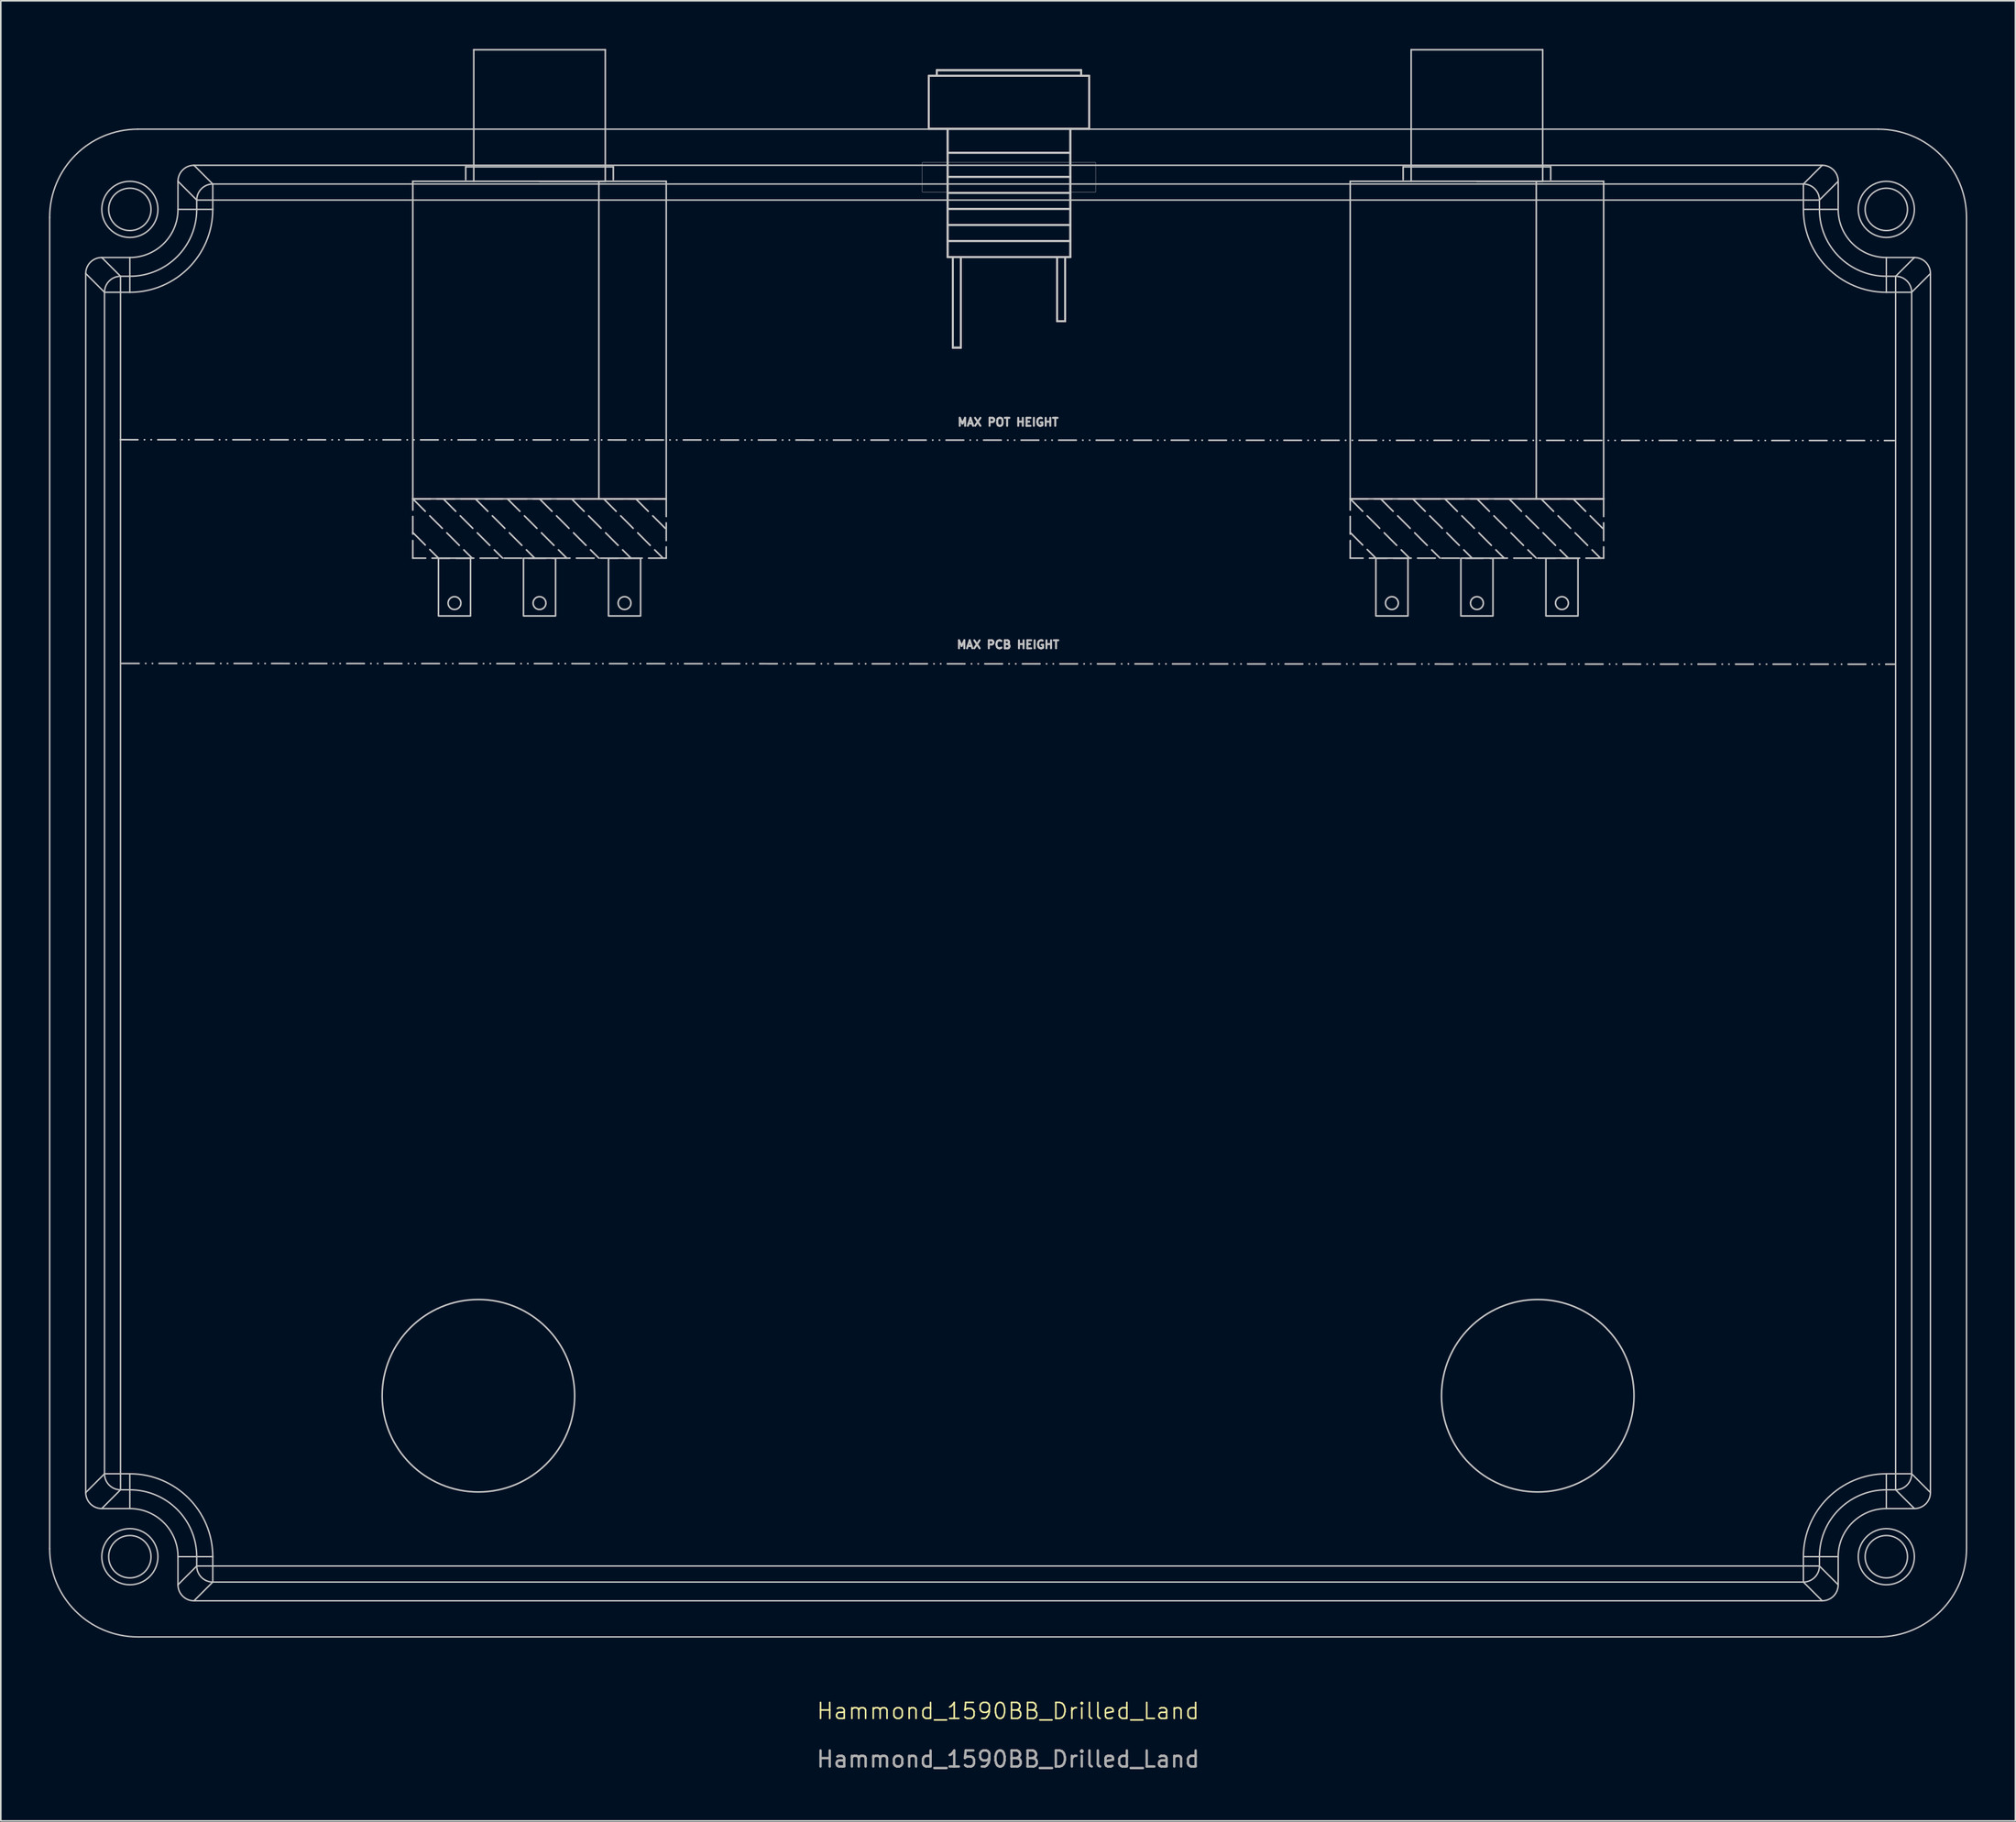
<source format=kicad_pcb>
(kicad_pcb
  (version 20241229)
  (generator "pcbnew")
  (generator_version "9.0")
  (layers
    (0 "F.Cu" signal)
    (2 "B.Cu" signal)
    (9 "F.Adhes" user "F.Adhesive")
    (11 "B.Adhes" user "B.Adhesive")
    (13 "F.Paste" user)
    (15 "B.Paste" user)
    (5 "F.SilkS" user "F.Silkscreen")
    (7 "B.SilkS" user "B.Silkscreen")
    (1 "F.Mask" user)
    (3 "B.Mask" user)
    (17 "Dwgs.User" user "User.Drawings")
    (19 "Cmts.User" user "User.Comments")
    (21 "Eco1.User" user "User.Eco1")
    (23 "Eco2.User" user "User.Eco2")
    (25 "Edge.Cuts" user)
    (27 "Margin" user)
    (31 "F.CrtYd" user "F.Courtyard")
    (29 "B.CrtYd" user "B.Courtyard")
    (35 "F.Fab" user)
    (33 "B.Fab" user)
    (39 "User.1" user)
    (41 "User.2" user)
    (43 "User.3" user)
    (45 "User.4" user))
  (footprint "Hammond_1590BB_Drilled_Land"
    (layer "F.Cu")
    (at 59.795 52.079)
    (property "Reference" "Hammond_1590BB_Drilled_Land" (at 0 51.55 0) (unlocked yes) (layer "F.SilkS") (effects (font (size 1 1) (thickness 0.1))))
    (fp_line (start -59.75 -41.575) (end -59.75 41.425) (stroke (width 0.09) (type solid)) (layer "Dwgs.User"))
    (fp_line (start -57.5 -38.076) (end -56.33 -36.906) (stroke (width 0.09) (type solid)) (layer "Dwgs.User"))
    (fp_line (start -57.5 37.926) (end -57.5 -38.076) (stroke (width 0.09) (type solid)) (layer "Dwgs.User"))
    (fp_line (start -56.501 -39.075) (end -54.75 -39.075) (stroke (width 0.09) (type solid)) (layer "Dwgs.User"))
    (fp_line (start -56.501 38.925) (end -55.331 37.755) (stroke (width 0.09) (type solid)) (layer "Dwgs.User"))
    (fp_line (start -56.33 -36.906) (end -56.33 36.756) (stroke (width 0.09) (type solid)) (layer "Dwgs.User"))
    (fp_line (start -56.33 -36.906) (end -55.331 -36.906) (stroke (width 0.09) (type solid)) (layer "Dwgs.User"))
    (fp_line (start -56.33 36.756) (end -57.5 37.926) (stroke (width 0.09) (type solid)) (layer "Dwgs.User"))
    (fp_line (start -55.347 -27.714) (end 55.245 -27.663) (stroke (width 0.1) (type dash_dot_dot)) (layer "Dwgs.User"))
    (fp_line (start -55.331 -37.905) (end -56.501 -39.075) (stroke (width 0.09) (type solid)) (layer "Dwgs.User"))
    (fp_line (start -55.331 -36.906) (end -55.331 -37.905) (stroke (width 0.09) (type solid)) (layer "Dwgs.User"))
    (fp_line (start -55.331 -36.906) (end -54.75 -36.906) (stroke (width 0.09) (type solid)) (layer "Dwgs.User"))
    (fp_line (start -55.331 36.756) (end -56.33 36.756) (stroke (width 0.09) (type solid)) (layer "Dwgs.User"))
    (fp_line (start -55.331 36.756) (end -55.331 -36.906) (stroke (width 0.09) (type solid)) (layer "Dwgs.User"))
    (fp_line (start -55.331 37.755) (end -55.331 36.756) (stroke (width 0.09) (type solid)) (layer "Dwgs.User"))
    (fp_line (start -55.331 37.755) (end -54.75 37.755) (stroke (width 0.09) (type solid)) (layer "Dwgs.User"))
    (fp_line (start -55.27 -13.767) (end 55.321 -13.716) (stroke (width 0.1) (type dash_dot_dot)) (layer "Dwgs.User"))
    (fp_line (start -54.75 -39.075) (end -54.75 -37.905) (stroke (width 0.09) (type solid)) (layer "Dwgs.User"))
    (fp_line (start -54.75 -37.905) (end -55.331 -37.905) (stroke (width 0.09) (type solid)) (layer "Dwgs.User"))
    (fp_line (start -54.75 -36.906) (end -54.75 -37.905) (stroke (width 0.09) (type solid)) (layer "Dwgs.User"))
    (fp_line (start -54.75 36.756) (end -55.331 36.756) (stroke (width 0.09) (type solid)) (layer "Dwgs.User"))
    (fp_line (start -54.75 36.756) (end -54.75 37.755) (stroke (width 0.09) (type solid)) (layer "Dwgs.User"))
    (fp_line (start -54.75 38.925) (end -56.501 38.925) (stroke (width 0.09) (type solid)) (layer "Dwgs.User"))
    (fp_line (start -54.75 38.925) (end -54.75 37.755) (stroke (width 0.09) (type solid)) (layer "Dwgs.User"))
    (fp_line (start -54.25 46.925) (end 54.25 46.925) (stroke (width 0.09) (type solid)) (layer "Dwgs.User"))
    (fp_line (start -51.75 -43.826) (end -50.58 -42.656) (stroke (width 0.09) (type solid)) (layer "Dwgs.User"))
    (fp_line (start -51.75 -42.075) (end -51.75 -43.826) (stroke (width 0.09) (type solid)) (layer "Dwgs.User"))
    (fp_line (start -51.75 -42.075) (end -50.58 -42.075) (stroke (width 0.09) (type solid)) (layer "Dwgs.User"))
    (fp_line (start -51.75 41.925) (end -50.58 41.925) (stroke (width 0.09) (type solid)) (layer "Dwgs.User"))
    (fp_line (start -51.75 43.676) (end -51.75 41.925) (stroke (width 0.09) (type solid)) (layer "Dwgs.User"))
    (fp_line (start -50.751 -44.825) (end 50.751 -44.825) (stroke (width 0.09) (type solid)) (layer "Dwgs.User"))
    (fp_line (start -50.751 44.675) (end -49.581 43.505) (stroke (width 0.09) (type solid)) (layer "Dwgs.User"))
    (fp_line (start -50.58 -42.656) (end -50.58 -42.075) (stroke (width 0.09) (type solid)) (layer "Dwgs.User"))
    (fp_line (start -50.58 -42.656) (end -49.581 -42.656) (stroke (width 0.09) (type solid)) (layer "Dwgs.User"))
    (fp_line (start -50.58 41.925) (end -50.58 42.506) (stroke (width 0.09) (type solid)) (layer "Dwgs.User"))
    (fp_line (start -50.58 42.506) (end -51.75 43.676) (stroke (width 0.09) (type solid)) (layer "Dwgs.User"))
    (fp_line (start -49.581 -43.655) (end -50.751 -44.825) (stroke (width 0.09) (type solid)) (layer "Dwgs.User"))
    (fp_line (start -49.581 -42.656) (end -49.581 -43.655) (stroke (width 0.09) (type solid)) (layer "Dwgs.User"))
    (fp_line (start -49.581 -42.656) (end 49.581 -42.656) (stroke (width 0.09) (type solid)) (layer "Dwgs.User"))
    (fp_line (start -49.581 -42.075) (end -50.58 -42.075) (stroke (width 0.09) (type solid)) (layer "Dwgs.User"))
    (fp_line (start -49.581 -42.075) (end -49.581 -42.656) (stroke (width 0.09) (type solid)) (layer "Dwgs.User"))
    (fp_line (start -49.581 41.925) (end -50.58 41.925) (stroke (width 0.09) (type solid)) (layer "Dwgs.User"))
    (fp_line (start -49.581 42.506) (end -50.58 42.506) (stroke (width 0.09) (type solid)) (layer "Dwgs.User"))
    (fp_line (start -49.581 42.506) (end -49.581 41.925) (stroke (width 0.09) (type solid)) (layer "Dwgs.User"))
    (fp_line (start -49.581 43.505) (end -49.581 42.506) (stroke (width 0.09) (type solid)) (layer "Dwgs.User"))
    (fp_line (start -49.581 43.505) (end 49.581 43.505) (stroke (width 0.09) (type solid)) (layer "Dwgs.User"))
    (fp_line (start -37.111 -43.829) (end -37.111 -24.029) (stroke (width 0.1) (type default)) (layer "Dwgs.User"))
    (fp_line (start -37.111 -24.029) (end -33.411 -20.329) (stroke (width 0.1) (type dash)) (layer "Dwgs.User"))
    (fp_line (start -37.111 -24.029) (end -21.311 -24.029) (stroke (width 0.1) (type default)) (layer "Dwgs.User"))
    (fp_line (start -37.111 -21.929) (end -35.511 -20.329) (stroke (width 0.1) (type dash)) (layer "Dwgs.User"))
    (fp_line (start -35.211 -24.029) (end -31.511 -20.329) (stroke (width 0.1) (type dash)) (layer "Dwgs.User"))
    (fp_line (start -33.811 -44.729) (end -33.811 -43.929) (stroke (width 0.1) (type default)) (layer "Dwgs.User"))
    (fp_line (start -33.311 -52.029) (end -33.311 -43.829) (stroke (width 0.1) (type default)) (layer "Dwgs.User"))
    (fp_line (start -33.211 -24.029) (end -29.511 -20.329) (stroke (width 0.1) (type dash)) (layer "Dwgs.User"))
    (fp_line (start -31.211 -24.029) (end -27.511 -20.329) (stroke (width 0.1) (type dash)) (layer "Dwgs.User"))
    (fp_line (start -29.211 -43.829) (end -25.111 -43.829) (stroke (width 0.1) (type default)) (layer "Dwgs.User"))
    (fp_line (start -29.211 -24.029) (end -25.511 -20.329) (stroke (width 0.1) (type dash)) (layer "Dwgs.User"))
    (fp_line (start -27.211 -24.029) (end -23.511 -20.329) (stroke (width 0.1) (type dash)) (layer "Dwgs.User"))
    (fp_line (start -25.511 -24.029) (end -25.511 -43.829) (stroke (width 0.1) (type default)) (layer "Dwgs.User"))
    (fp_line (start -25.211 -24.029) (end -21.511 -20.329) (stroke (width 0.1) (type dash)) (layer "Dwgs.User"))
    (fp_line (start -25.111 -52.029) (end -33.311 -52.029) (stroke (width 0.1) (type default)) (layer "Dwgs.User"))
    (fp_line (start -25.111 -43.829) (end -25.111 -52.029) (stroke (width 0.1) (type default)) (layer "Dwgs.User"))
    (fp_line (start -24.611 -44.729) (end -33.811 -44.729) (stroke (width 0.1) (type default)) (layer "Dwgs.User"))
    (fp_line (start -24.611 -44.729) (end -24.611 -43.929) (stroke (width 0.1) (type default)) (layer "Dwgs.User"))
    (fp_line (start -23.211 -24.029) (end -21.311 -22.129) (stroke (width 0.1) (type dash)) (layer "Dwgs.User"))
    (fp_line (start -21.311 -43.829) (end -37.111 -43.829) (stroke (width 0.1) (type default)) (layer "Dwgs.User"))
    (fp_line (start -21.311 -24.029) (end -25.511 -24.029) (stroke (width 0.1) (type default)) (layer "Dwgs.User"))
    (fp_line (start -21.311 -24.029) (end -21.311 -43.829) (stroke (width 0.1) (type default)) (layer "Dwgs.User"))
    (fp_line (start -4.944 -50.403) (end -4.444 -50.403) (stroke (width 0.127) (type solid)) (layer "Dwgs.User"))
    (fp_line (start -4.944 -50.403) (end -4.444 -50.403) (stroke (width 0.127) (type solid)) (layer "Dwgs.User"))
    (fp_line (start -4.944 -47.103) (end -4.944 -50.403) (stroke (width 0.127) (type solid)) (layer "Dwgs.User"))
    (fp_line (start -4.944 -47.103) (end -4.944 -50.403) (stroke (width 0.127) (type solid)) (layer "Dwgs.User"))
    (fp_line (start -4.944 -47.103) (end -3.769 -47.103) (stroke (width 0.127) (type solid)) (layer "Dwgs.User"))
    (fp_line (start -4.944 -47.103) (end -3.769 -47.103) (stroke (width 0.127) (type solid)) (layer "Dwgs.User"))
    (fp_line (start -4.444 -50.753) (end -4.444 -50.403) (stroke (width 0.127) (type solid)) (layer "Dwgs.User"))
    (fp_line (start -4.444 -50.753) (end -4.444 -50.403) (stroke (width 0.127) (type solid)) (layer "Dwgs.User"))
    (fp_line (start -4.444 -50.403) (end 4.556 -50.403) (stroke (width 0.127) (type solid)) (layer "Dwgs.User"))
    (fp_line (start -4.444 -50.403) (end 4.556 -50.403) (stroke (width 0.127) (type solid)) (layer "Dwgs.User"))
    (fp_line (start -3.769 -47.103) (end 3.881 -47.103) (stroke (width 0.127) (type solid)) (layer "Dwgs.User"))
    (fp_line (start -3.769 -47.103) (end 3.881 -47.103) (stroke (width 0.127) (type solid)) (layer "Dwgs.User"))
    (fp_line (start -3.769 -45.603) (end -3.769 -47.103) (stroke (width 0.127) (type solid)) (layer "Dwgs.User"))
    (fp_line (start -3.769 -45.603) (end -3.769 -47.103) (stroke (width 0.127) (type solid)) (layer "Dwgs.User"))
    (fp_line (start -3.769 -45.603) (end 3.881 -45.603) (stroke (width 0.127) (type solid)) (layer "Dwgs.User"))
    (fp_line (start -3.769 -45.603) (end 3.881 -45.603) (stroke (width 0.127) (type solid)) (layer "Dwgs.User"))
    (fp_line (start -3.769 -44.103) (end -3.769 -45.603) (stroke (width 0.127) (type solid)) (layer "Dwgs.User"))
    (fp_line (start -3.769 -44.103) (end -3.769 -45.603) (stroke (width 0.127) (type solid)) (layer "Dwgs.User"))
    (fp_line (start -3.769 -44.103) (end 3.881 -44.103) (stroke (width 0.127) (type solid)) (layer "Dwgs.User"))
    (fp_line (start -3.769 -44.103) (end 3.881 -44.103) (stroke (width 0.127) (type solid)) (layer "Dwgs.User"))
    (fp_line (start -3.769 -43.103) (end -3.769 -44.103) (stroke (width 0.127) (type solid)) (layer "Dwgs.User"))
    (fp_line (start -3.769 -43.103) (end -3.769 -44.103) (stroke (width 0.127) (type solid)) (layer "Dwgs.User"))
    (fp_line (start -3.769 -43.103) (end 3.881 -43.103) (stroke (width 0.127) (type solid)) (layer "Dwgs.User"))
    (fp_line (start -3.769 -43.103) (end 3.881 -43.103) (stroke (width 0.127) (type solid)) (layer "Dwgs.User"))
    (fp_line (start -3.769 -42.103) (end -3.769 -43.103) (stroke (width 0.127) (type solid)) (layer "Dwgs.User"))
    (fp_line (start -3.769 -42.103) (end -3.769 -43.103) (stroke (width 0.127) (type solid)) (layer "Dwgs.User"))
    (fp_line (start -3.769 -42.103) (end 3.881 -42.103) (stroke (width 0.127) (type solid)) (layer "Dwgs.User"))
    (fp_line (start -3.769 -42.103) (end 3.881 -42.103) (stroke (width 0.127) (type solid)) (layer "Dwgs.User"))
    (fp_line (start -3.769 -41.103) (end -3.769 -42.103) (stroke (width 0.127) (type solid)) (layer "Dwgs.User"))
    (fp_line (start -3.769 -41.103) (end -3.769 -42.103) (stroke (width 0.127) (type solid)) (layer "Dwgs.User"))
    (fp_line (start -3.769 -41.103) (end 3.881 -41.103) (stroke (width 0.127) (type solid)) (layer "Dwgs.User"))
    (fp_line (start -3.769 -41.103) (end 3.881 -41.103) (stroke (width 0.127) (type solid)) (layer "Dwgs.User"))
    (fp_line (start -3.769 -40.103) (end -3.769 -41.103) (stroke (width 0.127) (type solid)) (layer "Dwgs.User"))
    (fp_line (start -3.769 -40.103) (end -3.769 -41.103) (stroke (width 0.127) (type solid)) (layer "Dwgs.User"))
    (fp_line (start -3.769 -40.103) (end 3.881 -40.103) (stroke (width 0.127) (type solid)) (layer "Dwgs.User"))
    (fp_line (start -3.769 -40.103) (end 3.881 -40.103) (stroke (width 0.127) (type solid)) (layer "Dwgs.User"))
    (fp_line (start -3.769 -39.103) (end -3.769 -40.103) (stroke (width 0.127) (type solid)) (layer "Dwgs.User"))
    (fp_line (start -3.769 -39.103) (end -3.769 -40.103) (stroke (width 0.127) (type solid)) (layer "Dwgs.User"))
    (fp_line (start -3.444 -39.103) (end -3.769 -39.103) (stroke (width 0.127) (type solid)) (layer "Dwgs.User"))
    (fp_line (start -3.444 -39.103) (end -3.769 -39.103) (stroke (width 0.127) (type solid)) (layer "Dwgs.User"))
    (fp_line (start -3.444 -39.103) (end -3.444 -33.453) (stroke (width 0.127) (type solid)) (layer "Dwgs.User"))
    (fp_line (start -3.444 -39.103) (end -3.444 -33.453) (stroke (width 0.127) (type solid)) (layer "Dwgs.User"))
    (fp_line (start -2.944 -39.103) (end -3.444 -39.103) (stroke (width 0.127) (type solid)) (layer "Dwgs.User"))
    (fp_line (start -2.944 -39.103) (end -3.444 -39.103) (stroke (width 0.127) (type solid)) (layer "Dwgs.User"))
    (fp_line (start -2.944 -39.103) (end -2.944 -33.453) (stroke (width 0.127) (type solid)) (layer "Dwgs.User"))
    (fp_line (start -2.944 -39.103) (end -2.944 -33.453) (stroke (width 0.127) (type solid)) (layer "Dwgs.User"))
    (fp_line (start -2.944 -33.453) (end -3.444 -33.453) (stroke (width 0.127) (type solid)) (layer "Dwgs.User"))
    (fp_line (start -2.944 -33.453) (end -3.444 -33.453) (stroke (width 0.127) (type solid)) (layer "Dwgs.User"))
    (fp_line (start 3.056 -39.103) (end -2.944 -39.103) (stroke (width 0.127) (type solid)) (layer "Dwgs.User"))
    (fp_line (start 3.056 -39.103) (end -2.944 -39.103) (stroke (width 0.127) (type solid)) (layer "Dwgs.User"))
    (fp_line (start 3.056 -39.103) (end 3.056 -35.103) (stroke (width 0.127) (type solid)) (layer "Dwgs.User"))
    (fp_line (start 3.056 -39.103) (end 3.056 -35.103) (stroke (width 0.127) (type solid)) (layer "Dwgs.User"))
    (fp_line (start 3.556 -39.103) (end 3.056 -39.103) (stroke (width 0.127) (type solid)) (layer "Dwgs.User"))
    (fp_line (start 3.556 -39.103) (end 3.056 -39.103) (stroke (width 0.127) (type solid)) (layer "Dwgs.User"))
    (fp_line (start 3.556 -39.103) (end 3.556 -35.103) (stroke (width 0.127) (type solid)) (layer "Dwgs.User"))
    (fp_line (start 3.556 -39.103) (end 3.556 -35.103) (stroke (width 0.127) (type solid)) (layer "Dwgs.User"))
    (fp_line (start 3.556 -35.103) (end 3.056 -35.103) (stroke (width 0.127) (type solid)) (layer "Dwgs.User"))
    (fp_line (start 3.556 -35.103) (end 3.056 -35.103) (stroke (width 0.127) (type solid)) (layer "Dwgs.User"))
    (fp_line (start 3.881 -45.603) (end 3.881 -47.103) (stroke (width 0.127) (type solid)) (layer "Dwgs.User"))
    (fp_line (start 3.881 -45.603) (end 3.881 -47.103) (stroke (width 0.127) (type solid)) (layer "Dwgs.User"))
    (fp_line (start 3.881 -44.103) (end 3.881 -45.603) (stroke (width 0.127) (type solid)) (layer "Dwgs.User"))
    (fp_line (start 3.881 -44.103) (end 3.881 -45.603) (stroke (width 0.127) (type solid)) (layer "Dwgs.User"))
    (fp_line (start 3.881 -43.103) (end 3.881 -44.103) (stroke (width 0.127) (type solid)) (layer "Dwgs.User"))
    (fp_line (start 3.881 -43.103) (end 3.881 -44.103) (stroke (width 0.127) (type solid)) (layer "Dwgs.User"))
    (fp_line (start 3.881 -42.103) (end 3.881 -43.103) (stroke (width 0.127) (type solid)) (layer "Dwgs.User"))
    (fp_line (start 3.881 -42.103) (end 3.881 -43.103) (stroke (width 0.127) (type solid)) (layer "Dwgs.User"))
    (fp_line (start 3.881 -41.103) (end 3.881 -42.103) (stroke (width 0.127) (type solid)) (layer "Dwgs.User"))
    (fp_line (start 3.881 -41.103) (end 3.881 -42.103) (stroke (width 0.127) (type solid)) (layer "Dwgs.User"))
    (fp_line (start 3.881 -40.103) (end 3.881 -41.103) (stroke (width 0.127) (type solid)) (layer "Dwgs.User"))
    (fp_line (start 3.881 -40.103) (end 3.881 -41.103) (stroke (width 0.127) (type solid)) (layer "Dwgs.User"))
    (fp_line (start 3.881 -39.103) (end 3.556 -39.103) (stroke (width 0.127) (type solid)) (layer "Dwgs.User"))
    (fp_line (start 3.881 -39.103) (end 3.556 -39.103) (stroke (width 0.127) (type solid)) (layer "Dwgs.User"))
    (fp_line (start 3.881 -39.103) (end 3.881 -40.103) (stroke (width 0.127) (type solid)) (layer "Dwgs.User"))
    (fp_line (start 3.881 -39.103) (end 3.881 -40.103) (stroke (width 0.127) (type solid)) (layer "Dwgs.User"))
    (fp_line (start 4.556 -50.753) (end -4.444 -50.753) (stroke (width 0.127) (type solid)) (layer "Dwgs.User"))
    (fp_line (start 4.556 -50.753) (end -4.444 -50.753) (stroke (width 0.127) (type solid)) (layer "Dwgs.User"))
    (fp_line (start 4.556 -50.753) (end 4.556 -50.403) (stroke (width 0.127) (type solid)) (layer "Dwgs.User"))
    (fp_line (start 4.556 -50.753) (end 4.556 -50.403) (stroke (width 0.127) (type solid)) (layer "Dwgs.User"))
    (fp_line (start 5.056 -50.403) (end 4.556 -50.403) (stroke (width 0.127) (type solid)) (layer "Dwgs.User"))
    (fp_line (start 5.056 -50.403) (end 4.556 -50.403) (stroke (width 0.127) (type solid)) (layer "Dwgs.User"))
    (fp_line (start 5.056 -50.403) (end 5.056 -47.103) (stroke (width 0.127) (type solid)) (layer "Dwgs.User"))
    (fp_line (start 5.056 -50.403) (end 5.056 -47.103) (stroke (width 0.127) (type solid)) (layer "Dwgs.User"))
    (fp_line (start 5.056 -47.103) (end 3.881 -47.103) (stroke (width 0.127) (type solid)) (layer "Dwgs.User"))
    (fp_line (start 5.056 -47.103) (end 3.881 -47.103) (stroke (width 0.127) (type solid)) (layer "Dwgs.User"))
    (fp_line (start 21.328 -43.829) (end 21.328 -24.029) (stroke (width 0.1) (type default)) (layer "Dwgs.User"))
    (fp_line (start 21.328 -24.029) (end 25.028 -20.329) (stroke (width 0.1) (type dash)) (layer "Dwgs.User"))
    (fp_line (start 21.328 -24.029) (end 37.128 -24.029) (stroke (width 0.1) (type default)) (layer "Dwgs.User"))
    (fp_line (start 21.328 -21.929) (end 22.928 -20.329) (stroke (width 0.1) (type dash)) (layer "Dwgs.User"))
    (fp_line (start 23.228 -24.029) (end 26.928 -20.329) (stroke (width 0.1) (type dash)) (layer "Dwgs.User"))
    (fp_line (start 24.628 -44.729) (end 24.628 -43.929) (stroke (width 0.1) (type default)) (layer "Dwgs.User"))
    (fp_line (start 25.128 -52.029) (end 25.128 -43.829) (stroke (width 0.1) (type default)) (layer "Dwgs.User"))
    (fp_line (start 25.228 -24.029) (end 28.928 -20.329) (stroke (width 0.1) (type dash)) (layer "Dwgs.User"))
    (fp_line (start 27.228 -24.029) (end 30.928 -20.329) (stroke (width 0.1) (type dash)) (layer "Dwgs.User"))
    (fp_line (start 29.228 -43.829) (end 33.328 -43.829) (stroke (width 0.1) (type default)) (layer "Dwgs.User"))
    (fp_line (start 29.228 -24.029) (end 32.928 -20.329) (stroke (width 0.1) (type dash)) (layer "Dwgs.User"))
    (fp_line (start 31.228 -24.029) (end 34.928 -20.329) (stroke (width 0.1) (type dash)) (layer "Dwgs.User"))
    (fp_line (start 32.928 -24.029) (end 32.928 -43.829) (stroke (width 0.1) (type default)) (layer "Dwgs.User"))
    (fp_line (start 33.228 -24.029) (end 36.928 -20.329) (stroke (width 0.1) (type dash)) (layer "Dwgs.User"))
    (fp_line (start 33.328 -52.029) (end 25.128 -52.029) (stroke (width 0.1) (type default)) (layer "Dwgs.User"))
    (fp_line (start 33.328 -43.829) (end 33.328 -52.029) (stroke (width 0.1) (type default)) (layer "Dwgs.User"))
    (fp_line (start 33.828 -44.729) (end 24.628 -44.729) (stroke (width 0.1) (type default)) (layer "Dwgs.User"))
    (fp_line (start 33.828 -44.729) (end 33.828 -43.929) (stroke (width 0.1) (type default)) (layer "Dwgs.User"))
    (fp_line (start 35.228 -24.029) (end 37.128 -22.129) (stroke (width 0.1) (type dash)) (layer "Dwgs.User"))
    (fp_line (start 37.128 -43.829) (end 21.328 -43.829) (stroke (width 0.1) (type default)) (layer "Dwgs.User"))
    (fp_line (start 37.128 -24.029) (end 32.928 -24.029) (stroke (width 0.1) (type default)) (layer "Dwgs.User"))
    (fp_line (start 37.128 -24.029) (end 37.128 -43.829) (stroke (width 0.1) (type default)) (layer "Dwgs.User"))
    (fp_line (start 49.581 -43.655) (end -49.581 -43.655) (stroke (width 0.09) (type solid)) (layer "Dwgs.User"))
    (fp_line (start 49.581 -43.655) (end 49.581 -42.656) (stroke (width 0.09) (type solid)) (layer "Dwgs.User"))
    (fp_line (start 49.581 -42.656) (end 49.581 -42.075) (stroke (width 0.09) (type solid)) (layer "Dwgs.User"))
    (fp_line (start 49.581 -42.656) (end 50.58 -42.656) (stroke (width 0.09) (type solid)) (layer "Dwgs.User"))
    (fp_line (start 49.581 41.925) (end 49.581 42.506) (stroke (width 0.09) (type solid)) (layer "Dwgs.User"))
    (fp_line (start 49.581 42.506) (end -49.581 42.506) (stroke (width 0.09) (type solid)) (layer "Dwgs.User"))
    (fp_line (start 49.581 42.506) (end 49.581 43.505) (stroke (width 0.09) (type solid)) (layer "Dwgs.User"))
    (fp_line (start 49.581 43.505) (end 50.751 44.675) (stroke (width 0.09) (type solid)) (layer "Dwgs.User"))
    (fp_line (start 50.58 -42.656) (end 51.75 -43.826) (stroke (width 0.09) (type solid)) (layer "Dwgs.User"))
    (fp_line (start 50.58 -42.075) (end 49.581 -42.075) (stroke (width 0.09) (type solid)) (layer "Dwgs.User"))
    (fp_line (start 50.58 -42.075) (end 50.58 -42.656) (stroke (width 0.09) (type solid)) (layer "Dwgs.User"))
    (fp_line (start 50.58 41.925) (end 49.581 41.925) (stroke (width 0.09) (type solid)) (layer "Dwgs.User"))
    (fp_line (start 50.58 42.506) (end 49.581 42.506) (stroke (width 0.09) (type solid)) (layer "Dwgs.User"))
    (fp_line (start 50.58 42.506) (end 50.58 41.925) (stroke (width 0.09) (type solid)) (layer "Dwgs.User"))
    (fp_line (start 50.751 -44.825) (end 49.581 -43.655) (stroke (width 0.09) (type solid)) (layer "Dwgs.User"))
    (fp_line (start 50.751 44.675) (end -50.751 44.675) (stroke (width 0.09) (type solid)) (layer "Dwgs.User"))
    (fp_line (start 51.75 -43.826) (end 51.75 -42.075) (stroke (width 0.09) (type solid)) (layer "Dwgs.User"))
    (fp_line (start 51.75 -42.075) (end 50.58 -42.075) (stroke (width 0.09) (type solid)) (layer "Dwgs.User"))
    (fp_line (start 51.75 41.925) (end 50.58 41.925) (stroke (width 0.09) (type solid)) (layer "Dwgs.User"))
    (fp_line (start 51.75 41.925) (end 51.75 43.676) (stroke (width 0.09) (type solid)) (layer "Dwgs.User"))
    (fp_line (start 51.75 43.676) (end 50.58 42.506) (stroke (width 0.09) (type solid)) (layer "Dwgs.User"))
    (fp_line (start 54.25 -47.075) (end -54.25 -47.075) (stroke (width 0.09) (type solid)) (layer "Dwgs.User"))
    (fp_line (start 54.75 -39.075) (end 54.75 -37.905) (stroke (width 0.09) (type solid)) (layer "Dwgs.User"))
    (fp_line (start 54.75 -39.075) (end 56.501 -39.075) (stroke (width 0.09) (type solid)) (layer "Dwgs.User"))
    (fp_line (start 54.75 -37.905) (end 54.75 -36.906) (stroke (width 0.09) (type solid)) (layer "Dwgs.User"))
    (fp_line (start 54.75 -36.906) (end 55.331 -36.906) (stroke (width 0.09) (type solid)) (layer "Dwgs.User"))
    (fp_line (start 54.75 37.755) (end 54.75 36.756) (stroke (width 0.09) (type solid)) (layer "Dwgs.User"))
    (fp_line (start 54.75 37.755) (end 55.331 37.755) (stroke (width 0.09) (type solid)) (layer "Dwgs.User"))
    (fp_line (start 54.75 38.925) (end 54.75 37.755) (stroke (width 0.09) (type solid)) (layer "Dwgs.User"))
    (fp_line (start 55.331 -37.905) (end 54.75 -37.905) (stroke (width 0.09) (type solid)) (layer "Dwgs.User"))
    (fp_line (start 55.331 -37.905) (end 55.331 -36.906) (stroke (width 0.09) (type solid)) (layer "Dwgs.User"))
    (fp_line (start 55.331 -36.906) (end 55.331 36.756) (stroke (width 0.09) (type solid)) (layer "Dwgs.User"))
    (fp_line (start 55.331 -36.906) (end 56.33 -36.906) (stroke (width 0.09) (type solid)) (layer "Dwgs.User"))
    (fp_line (start 55.331 36.756) (end 54.75 36.756) (stroke (width 0.09) (type solid)) (layer "Dwgs.User"))
    (fp_line (start 55.331 36.756) (end 55.331 37.755) (stroke (width 0.09) (type solid)) (layer "Dwgs.User"))
    (fp_line (start 55.331 37.755) (end 56.501 38.925) (stroke (width 0.09) (type solid)) (layer "Dwgs.User"))
    (fp_line (start 56.33 -36.906) (end 57.5 -38.076) (stroke (width 0.09) (type solid)) (layer "Dwgs.User"))
    (fp_line (start 56.33 36.756) (end 55.331 36.756) (stroke (width 0.09) (type solid)) (layer "Dwgs.User"))
    (fp_line (start 56.33 36.756) (end 56.33 -36.906) (stroke (width 0.09) (type solid)) (layer "Dwgs.User"))
    (fp_line (start 56.501 -39.075) (end 55.331 -37.905) (stroke (width 0.09) (type solid)) (layer "Dwgs.User"))
    (fp_line (start 56.501 38.925) (end 54.75 38.925) (stroke (width 0.09) (type solid)) (layer "Dwgs.User"))
    (fp_line (start 57.5 -38.076) (end 57.5 37.926) (stroke (width 0.09) (type solid)) (layer "Dwgs.User"))
    (fp_line (start 57.5 37.926) (end 56.33 36.756) (stroke (width 0.09) (type solid)) (layer "Dwgs.User"))
    (fp_line (start 59.75 41.425) (end 59.75 -41.575) (stroke (width 0.09) (type solid)) (layer "Dwgs.User"))
    (fp_rect (start -37.111 -24.029) (end -21.311 -20.329) (stroke (width 0.1) (type dash)) (fill no) (layer "Dwgs.User"))
    (fp_rect (start -35.511 -20.329) (end -33.511 -16.729) (stroke (width 0.1) (type default)) (fill no) (layer "Dwgs.User"))
    (fp_rect (start -30.211 -20.329) (end -28.211 -16.729) (stroke (width 0.1) (type default)) (fill no) (layer "Dwgs.User"))
    (fp_rect (start -24.911 -20.329) (end -22.911 -16.729) (stroke (width 0.1) (type default)) (fill no) (layer "Dwgs.User"))
    (fp_rect (start 21.328 -24.029) (end 37.128 -20.329) (stroke (width 0.1) (type dash)) (fill no) (layer "Dwgs.User"))
    (fp_rect (start 22.928 -20.329) (end 24.928 -16.729) (stroke (width 0.1) (type default)) (fill no) (layer "Dwgs.User"))
    (fp_rect (start 28.228 -20.329) (end 30.228 -16.729) (stroke (width 0.1) (type default)) (fill no) (layer "Dwgs.User"))
    (fp_rect (start 33.528 -20.329) (end 35.528 -16.729) (stroke (width 0.1) (type default)) (fill no) (layer "Dwgs.User"))
    (fp_arc (start -59.75 -41.574715) (mid -58.139076 -45.463791) (end -54.25 -47.074715) (stroke (width 0.09) (type solid)) (layer "Dwgs.User"))
    (fp_arc (start -54.75 36.756402) (mid -51.095044 38.270329) (end -49.581117 41.925285) (stroke (width 0.09) (type solid)) (layer "Dwgs.User"))
    (fp_arc (start -54.75 37.755451) (mid -51.801479 38.976764) (end -50.580166 41.925285) (stroke (width 0.09) (type solid)) (layer "Dwgs.User"))
    (fp_arc (start -54.75 38.925285) (mid -52.628676 39.803961) (end -51.75 41.925285) (stroke (width 0.09) (type solid)) (layer "Dwgs.User"))
    (fp_arc (start -54.25 46.925285) (mid -58.139083 45.314368) (end -59.75 41.425285) (stroke (width 0.09) (type solid)) (layer "Dwgs.User"))
    (fp_arc (start -51.75 -42.074715) (mid -52.628678 -39.953393) (end -54.75 -39.074715) (stroke (width 0.09) (type solid)) (layer "Dwgs.User"))
    (fp_arc (start -50.580166 -42.074715) (mid -51.80148 -39.126195) (end -54.75 -37.90488) (stroke (width 0.09) (type solid)) (layer "Dwgs.User"))
    (fp_arc (start -49.581117 -42.074715) (mid -51.095046 -38.419761) (end -54.75 -36.905832) (stroke (width 0.09) (type solid)) (layer "Dwgs.User"))
    (fp_arc (start 49.581117 41.925285) (mid 51.095058 38.270341) (end 54.75 36.756402) (stroke (width 0.09) (type solid)) (layer "Dwgs.User"))
    (fp_arc (start 50.580165 41.925285) (mid 51.801487 38.976776) (end 54.75 37.755451) (stroke (width 0.09) (type solid)) (layer "Dwgs.User"))
    (fp_arc (start 51.75 41.925285) (mid 52.628685 39.803974) (end 54.75 38.925285) (stroke (width 0.09) (type solid)) (layer "Dwgs.User"))
    (fp_arc (start 54.25 -47.074715) (mid 58.139101 -45.463814) (end 59.75 -41.574715) (stroke (width 0.09) (type solid)) (layer "Dwgs.User"))
    (fp_arc (start 54.75 -39.074715) (mid 52.62862 -39.95336) (end 51.75 -42.074715) (stroke (width 0.09) (type solid)) (layer "Dwgs.User"))
    (fp_arc (start 54.75 -37.90488) (mid 51.801422 -39.126162) (end 50.580165 -42.074715) (stroke (width 0.09) (type solid)) (layer "Dwgs.User"))
    (fp_arc (start 54.75 -36.905832) (mid 51.095061 -38.419775) (end 49.581117 -42.074715) (stroke (width 0.09) (type solid)) (layer "Dwgs.User"))
    (fp_arc (start 59.75 41.425285) (mid 58.139097 45.314381) (end 54.25 46.925285) (stroke (width 0.09) (type solid)) (layer "Dwgs.User"))
    (fp_circle (center -54.75 -42.075) (end -56.5 -42.075) (stroke (width 0.09) (type solid)) (fill no) (layer "Dwgs.User"))
    (fp_circle (center -54.75 -42.075) (end -56.071 -42.075) (stroke (width 0.09) (type solid)) (fill no) (layer "Dwgs.User"))
    (fp_circle (center -54.75 41.925) (end -56.5 41.925) (stroke (width 0.09) (type solid)) (fill no) (layer "Dwgs.User"))
    (fp_circle (center -54.75 41.925) (end -56.071 41.925) (stroke (width 0.09) (type solid)) (fill no) (layer "Dwgs.User"))
    (fp_circle (center -34.511 -17.529) (end -34.111 -17.529) (stroke (width 0.1) (type default)) (fill no) (layer "Dwgs.User"))
    (fp_circle (center -33.02 31.89) (end -27.02 31.89) (stroke (width 0.1) (type solid)) (fill no) (layer "Dwgs.User"))
    (fp_circle (center -29.211 -17.529) (end -28.811 -17.529) (stroke (width 0.1) (type default)) (fill no) (layer "Dwgs.User"))
    (fp_circle (center -23.911 -17.529) (end -23.511 -17.529) (stroke (width 0.1) (type default)) (fill no) (layer "Dwgs.User"))
    (fp_circle (center 23.928 -17.529) (end 24.328 -17.529) (stroke (width 0.1) (type default)) (fill no) (layer "Dwgs.User"))
    (fp_circle (center 29.228 -17.529) (end 29.628 -17.529) (stroke (width 0.1) (type default)) (fill no) (layer "Dwgs.User"))
    (fp_circle (center 33.02 31.89) (end 39.02 31.89) (stroke (width 0.1) (type solid)) (fill no) (layer "Dwgs.User"))
    (fp_circle (center 34.528 -17.529) (end 34.928 -17.529) (stroke (width 0.1) (type default)) (fill no) (layer "Dwgs.User"))
    (fp_circle (center 54.75 -42.075) (end 53 -42.075) (stroke (width 0.09) (type solid)) (fill no) (layer "Dwgs.User"))
    (fp_circle (center 54.75 -42.075) (end 53.429 -42.075) (stroke (width 0.09) (type solid)) (fill no) (layer "Dwgs.User"))
    (fp_circle (center 54.75 41.925) (end 53 41.925) (stroke (width 0.09) (type solid)) (fill no) (layer "Dwgs.User"))
    (fp_circle (center 54.75 41.925) (end 53.429 41.925) (stroke (width 0.09) (type solid)) (fill no) (layer "Dwgs.User"))
    (fp_poly (pts (xy -5.344 -45.003) (xy 5.456 -45.003) (xy 5.456 -43.153) (xy -5.344 -43.153)) (stroke (width 0.01) (type solid)) (fill no) (layer "Dwgs.User"))
    (fp_poly (pts (xy -5.344 -45.003) (xy 5.456 -45.003) (xy 5.456 -43.153) (xy -5.344 -43.153)) (stroke (width 0.01) (type solid)) (fill no) (layer "Dwgs.User"))
    (fp_curve (pts (xy -57.5 37.926) (xy -57.5 38.478) (xy -57.053 38.925) (xy -56.501 38.925)) (stroke (width 0.09) (type solid)) (layer "Dwgs.User"))
    (fp_curve (pts (xy -56.501 -39.075) (xy -57.053 -39.075) (xy -57.5 -38.628) (xy -57.5 -38.076)) (stroke (width 0.09) (type solid)) (layer "Dwgs.User"))
    (fp_curve (pts (xy -56.33 36.756) (xy -56.329 37.307) (xy -55.882 37.754) (xy -55.331 37.755)) (stroke (width 0.09) (type solid)) (layer "Dwgs.User"))
    (fp_curve (pts (xy -55.331 -37.905) (xy -55.882 -37.904) (xy -56.329 -37.457) (xy -56.33 -36.906)) (stroke (width 0.09) (type solid)) (layer "Dwgs.User"))
    (fp_curve (pts (xy -51.75 43.676) (xy -51.75 44.228) (xy -51.303 44.675) (xy -50.751 44.675)) (stroke (width 0.09) (type solid)) (layer "Dwgs.User"))
    (fp_curve (pts (xy -50.751 -44.825) (xy -51.303 -44.825) (xy -51.75 -44.378) (xy -51.75 -43.826)) (stroke (width 0.09) (type solid)) (layer "Dwgs.User"))
    (fp_curve (pts (xy -50.58 42.506) (xy -50.579 43.057) (xy -50.132 43.504) (xy -49.581 43.505)) (stroke (width 0.09) (type solid)) (layer "Dwgs.User"))
    (fp_curve (pts (xy -49.581 -43.655) (xy -50.132 -43.654) (xy -50.579 -43.207) (xy -50.58 -42.656)) (stroke (width 0.09) (type solid)) (layer "Dwgs.User"))
    (fp_curve (pts (xy 49.581 43.505) (xy 50.132 43.504) (xy 50.579 43.057) (xy 50.58 42.506)) (stroke (width 0.09) (type solid)) (layer "Dwgs.User"))
    (fp_curve (pts (xy 50.58 -42.656) (xy 50.579 -43.207) (xy 50.132 -43.654) (xy 49.581 -43.655)) (stroke (width 0.09) (type solid)) (layer "Dwgs.User"))
    (fp_curve (pts (xy 50.751 44.675) (xy 51.303 44.675) (xy 51.75 44.228) (xy 51.75 43.676)) (stroke (width 0.09) (type solid)) (layer "Dwgs.User"))
    (fp_curve (pts (xy 51.75 -43.826) (xy 51.75 -44.378) (xy 51.303 -44.825) (xy 50.751 -44.825)) (stroke (width 0.09) (type solid)) (layer "Dwgs.User"))
    (fp_curve (pts (xy 55.331 37.755) (xy 55.882 37.754) (xy 56.329 37.307) (xy 56.33 36.756)) (stroke (width 0.09) (type solid)) (layer "Dwgs.User"))
    (fp_curve (pts (xy 56.33 -36.906) (xy 56.329 -37.457) (xy 55.882 -37.904) (xy 55.331 -37.905)) (stroke (width 0.09) (type solid)) (layer "Dwgs.User"))
    (fp_curve (pts (xy 56.501 38.925) (xy 57.053 38.925) (xy 57.5 38.478) (xy 57.5 37.926)) (stroke (width 0.09) (type solid)) (layer "Dwgs.User"))
    (fp_curve (pts (xy 57.5 -38.076) (xy 57.5 -38.628) (xy 57.053 -39.075) (xy 56.501 -39.075)) (stroke (width 0.09) (type solid)) (layer "Dwgs.User"))
    (fp_text user "MAX PCB HEIGHT" (at 0 -14.935 0) (unlocked yes) (layer "Dwgs.User") (effects (font (size 0.5 0.5) (thickness 0.125))))
    (fp_text user "MAX POT HEIGHT" (at 0 -28.804 0) (unlocked yes) (layer "Dwgs.User") (effects (font (size 0.5 0.5) (thickness 0.125))))
    (fp_text user "${REFERENCE}" (at 0 54.55 0) (unlocked yes) (layer "F.Fab") (effects (font (size 1 1) (thickness 0.15)))))
  (gr_rect
    (start -3 -3)
    (end 122.59 110.478)
    (stroke (width 0.1) (type default))
    (fill no)
    (layer "Edge.Cuts")))
</source>
